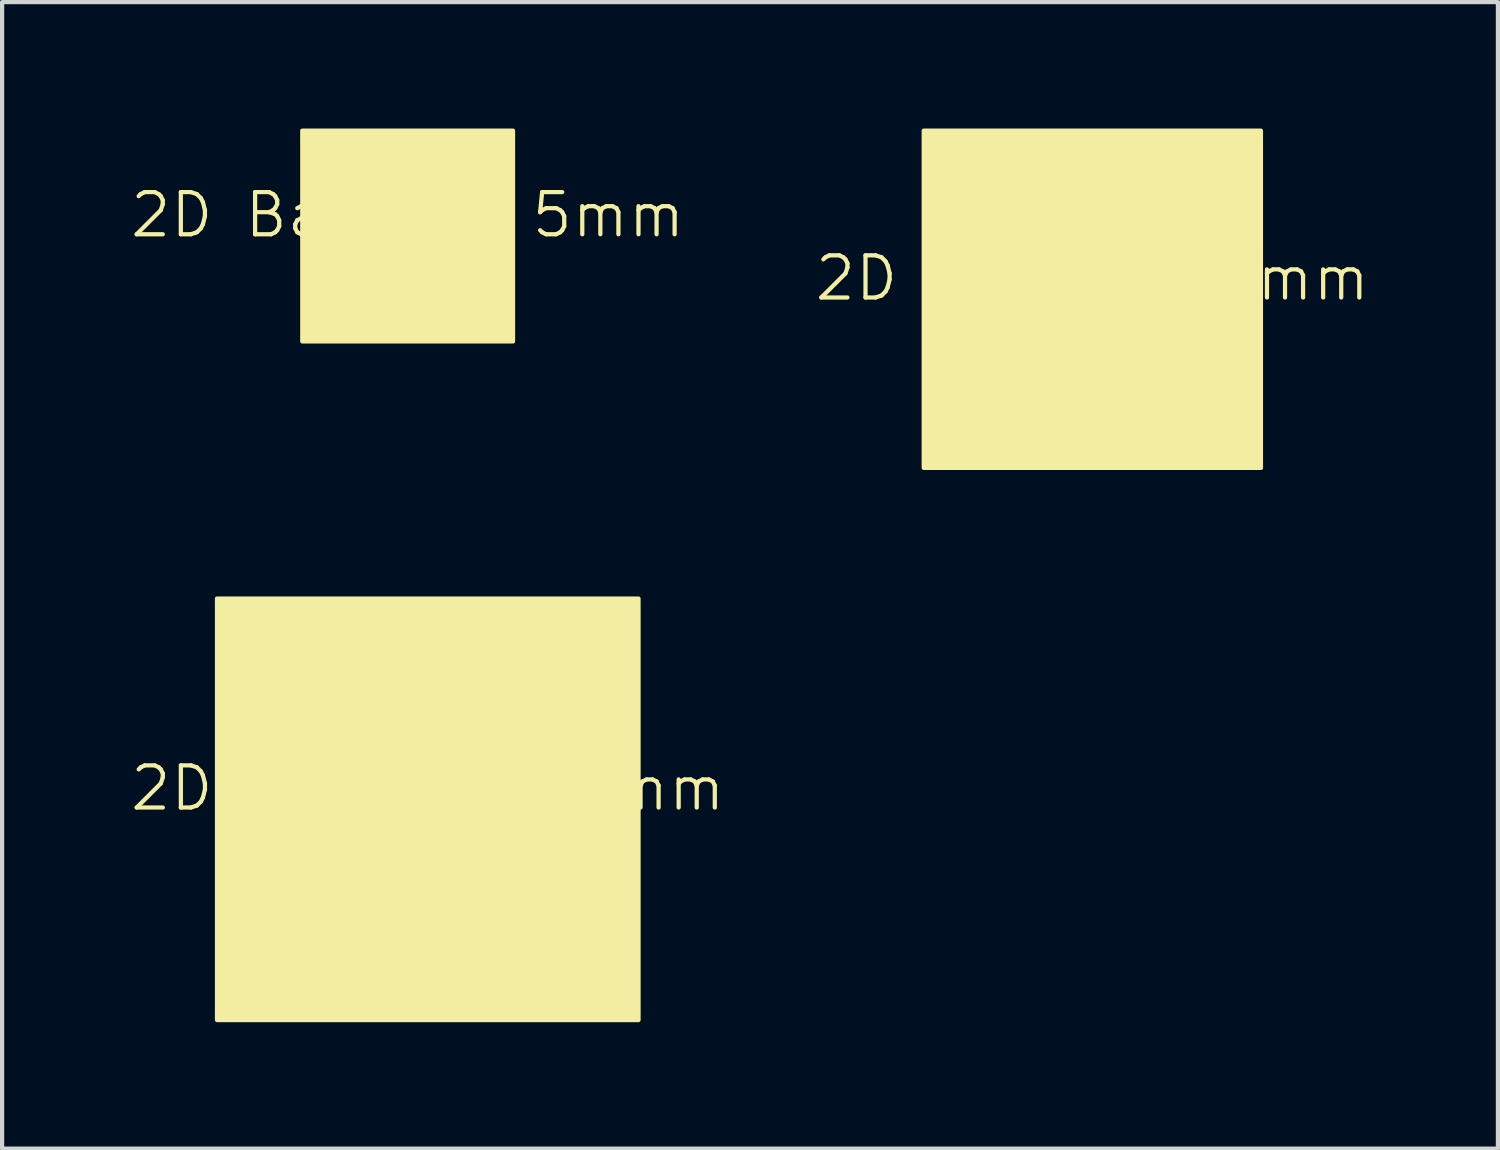
<source format=kicad_pcb>
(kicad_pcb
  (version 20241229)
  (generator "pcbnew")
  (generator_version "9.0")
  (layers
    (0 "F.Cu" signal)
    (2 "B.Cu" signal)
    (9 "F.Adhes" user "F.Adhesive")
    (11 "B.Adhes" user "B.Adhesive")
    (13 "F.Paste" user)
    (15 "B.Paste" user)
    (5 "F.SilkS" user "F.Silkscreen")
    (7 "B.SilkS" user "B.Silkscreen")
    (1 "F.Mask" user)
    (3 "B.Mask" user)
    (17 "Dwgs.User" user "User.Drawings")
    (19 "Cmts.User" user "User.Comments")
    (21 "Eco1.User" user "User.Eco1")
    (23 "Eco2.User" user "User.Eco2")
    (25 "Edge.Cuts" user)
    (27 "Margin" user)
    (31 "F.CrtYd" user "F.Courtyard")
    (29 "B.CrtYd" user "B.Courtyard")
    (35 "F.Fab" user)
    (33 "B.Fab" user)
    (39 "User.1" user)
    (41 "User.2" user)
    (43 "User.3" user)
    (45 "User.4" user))
  (footprint "2D Barcode 10mm"
    (layer "F.Cu")
    (at 7.098 16.15)
    (property "Reference" "2D Barcode 10mm" (at 0 -0.5 0) (unlocked yes) (layer "F.SilkS") (effects (font (size 1 1) (thickness 0.1))))
    (attr board_only exclude_from_bom)
    (fp_rect (start -5 -5) (end 5 5) (stroke (width 0.1) (type solid)) (fill yes) (layer "F.SilkS")))
  (footprint "2D Barcode 5mm"
    (layer "F.Cu")
    (at 6.621 2.55)
    (property "Reference" "2D Barcode 5mm" (at 0 -0.5 0) (unlocked yes) (layer "F.SilkS") (effects (font (size 1 1) (thickness 0.1))))
    (attr board_only exclude_from_bom)
    (fp_rect (start -2.5 -2.5) (end 2.5 2.5) (stroke (width 0.1) (type solid)) (fill yes) (layer "F.SilkS")))
  (footprint "2D Barcode 8mm"
    (layer "F.Cu")
    (at 22.864 4.05)
    (property "Reference" "2D Barcode 8mm" (at 0 -0.5 0) (unlocked yes) (layer "F.SilkS") (effects (font (size 1 1) (thickness 0.1))))
    (attr board_only exclude_from_bom)
    (fp_rect (start -4 -4) (end 4 4) (stroke (width 0.1) (type solid)) (fill yes) (layer "F.SilkS")))
  (gr_rect
    (start -3 -3)
    (end 32.486 24.2)
    (stroke (width 0.1) (type default))
    (fill no)
    (layer "Edge.Cuts")))
</source>
